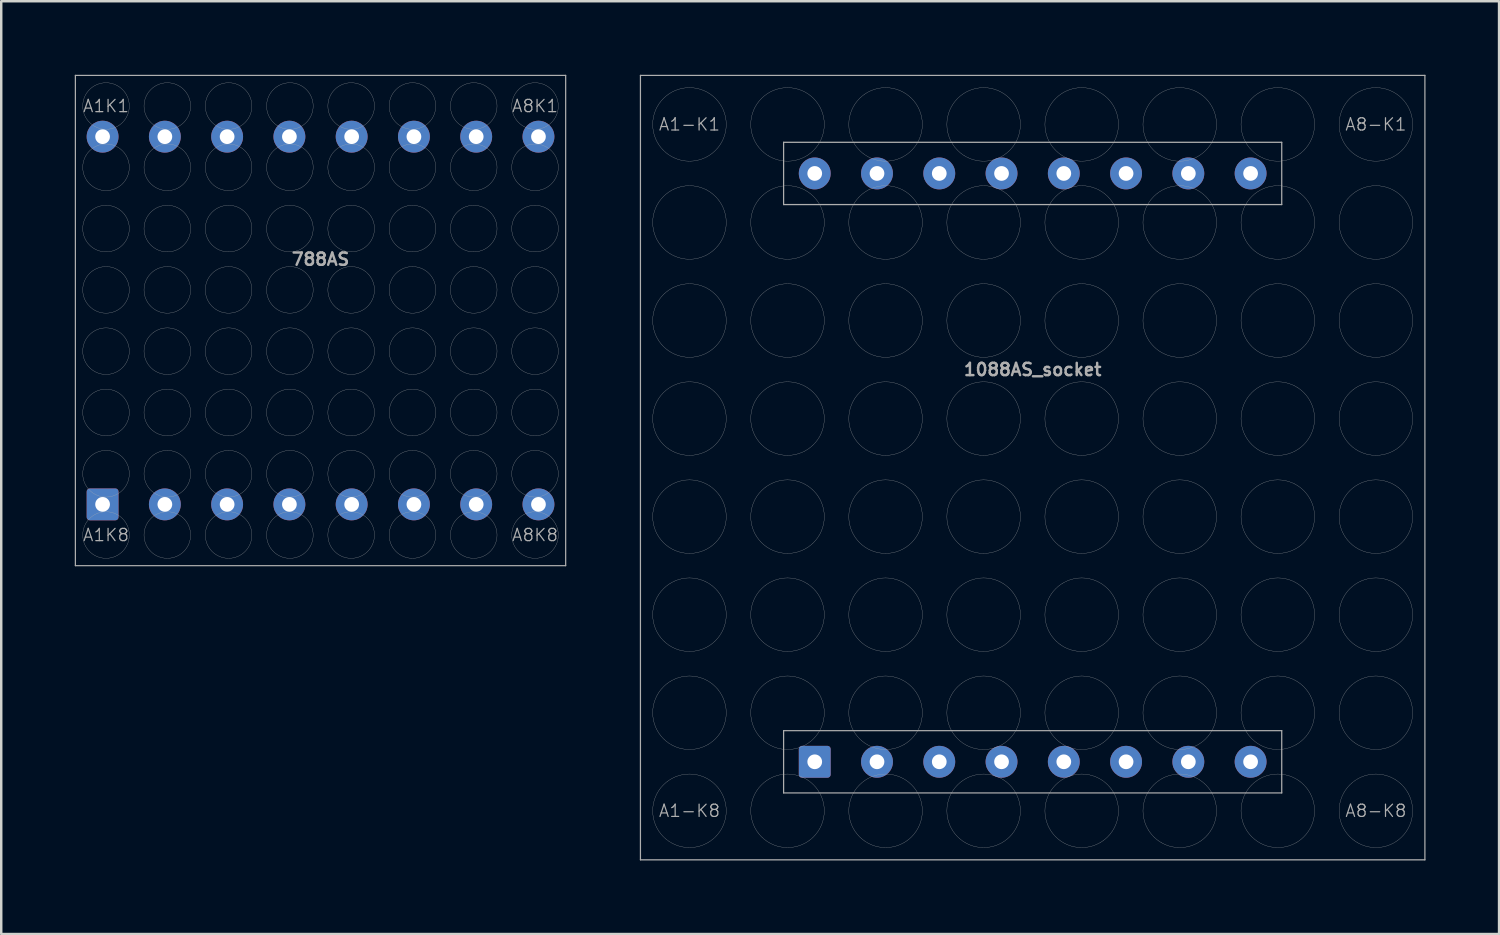
<source format=kicad_pcb>
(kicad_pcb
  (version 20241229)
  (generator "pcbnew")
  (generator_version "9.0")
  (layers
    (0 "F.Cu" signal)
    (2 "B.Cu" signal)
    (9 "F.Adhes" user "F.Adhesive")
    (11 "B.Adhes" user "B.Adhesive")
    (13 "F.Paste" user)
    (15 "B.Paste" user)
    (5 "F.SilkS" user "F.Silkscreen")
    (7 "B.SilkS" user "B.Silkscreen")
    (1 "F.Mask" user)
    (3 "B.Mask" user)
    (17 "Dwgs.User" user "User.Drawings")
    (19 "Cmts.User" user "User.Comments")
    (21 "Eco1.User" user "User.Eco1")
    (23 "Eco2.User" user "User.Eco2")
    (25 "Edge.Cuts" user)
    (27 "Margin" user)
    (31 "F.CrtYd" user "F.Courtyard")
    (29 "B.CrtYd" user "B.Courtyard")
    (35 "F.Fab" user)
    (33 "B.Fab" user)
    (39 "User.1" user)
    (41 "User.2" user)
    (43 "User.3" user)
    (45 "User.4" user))
  (footprint "1088AS_socket"
    (layer "F.Cu")
    (at 39.075 16.025)
    (property "Reference" "1088AS_socket" (at 0 -4 0) (layer "F.Fab") (effects (font (size 0.5 0.5) (thickness 0.1))))
    (attr through_hole)
    (fp_line (start -16 -16) (end -16 16) (stroke (width 0.05) (type solid)) (layer "F.Fab"))
    (fp_line (start -16 16) (end 16 16) (stroke (width 0.05) (type solid)) (layer "F.Fab"))
    (fp_line (start -10.16 -13.27) (end -10.16 -10.73) (stroke (width 0.05) (type solid)) (layer "F.Fab"))
    (fp_line (start -10.16 -10.73) (end 10.16 -10.73) (stroke (width 0.05) (type solid)) (layer "F.Fab"))
    (fp_line (start -10.16 10.73) (end -10.16 13.27) (stroke (width 0.05) (type solid)) (layer "F.Fab"))
    (fp_line (start -10.16 13.27) (end 10.16 13.27) (stroke (width 0.05) (type solid)) (layer "F.Fab"))
    (fp_line (start 10.16 -13.27) (end -10.16 -13.27) (stroke (width 0.05) (type solid)) (layer "F.Fab"))
    (fp_line (start 10.16 -10.73) (end 10.16 -13.27) (stroke (width 0.05) (type solid)) (layer "F.Fab"))
    (fp_line (start 10.16 10.73) (end -10.16 10.73) (stroke (width 0.05) (type solid)) (layer "F.Fab"))
    (fp_line (start 10.16 13.27) (end 10.16 10.73) (stroke (width 0.05) (type solid)) (layer "F.Fab"))
    (fp_line (start 16 -16) (end -16 -16) (stroke (width 0.05) (type solid)) (layer "F.Fab"))
    (fp_line (start 16 16) (end 16 -16) (stroke (width 0.05) (type solid)) (layer "F.Fab"))
    (fp_circle (center -14 -14) (end -12.5 -14) (stroke (width 0.01) (type solid)) (fill no) (layer "F.Fab"))
    (fp_circle (center -14 -10) (end -12.5 -10) (stroke (width 0.01) (type solid)) (fill no) (layer "F.Fab"))
    (fp_circle (center -14 -6) (end -12.5 -6) (stroke (width 0.01) (type solid)) (fill no) (layer "F.Fab"))
    (fp_circle (center -14 -2) (end -12.5 -2) (stroke (width 0.01) (type solid)) (fill no) (layer "F.Fab"))
    (fp_circle (center -14 2) (end -12.5 2) (stroke (width 0.01) (type solid)) (fill no) (layer "F.Fab"))
    (fp_circle (center -14 6) (end -12.5 6) (stroke (width 0.01) (type solid)) (fill no) (layer "F.Fab"))
    (fp_circle (center -14 10) (end -12.5 10) (stroke (width 0.01) (type solid)) (fill no) (layer "F.Fab"))
    (fp_circle (center -14 14) (end -12.5 14) (stroke (width 0.01) (type solid)) (fill no) (layer "F.Fab"))
    (fp_circle (center -10 -14) (end -8.5 -14) (stroke (width 0.01) (type solid)) (fill no) (layer "F.Fab"))
    (fp_circle (center -10 -10) (end -8.5 -10) (stroke (width 0.01) (type solid)) (fill no) (layer "F.Fab"))
    (fp_circle (center -10 -6) (end -8.5 -6) (stroke (width 0.01) (type solid)) (fill no) (layer "F.Fab"))
    (fp_circle (center -10 -2) (end -8.5 -2) (stroke (width 0.01) (type solid)) (fill no) (layer "F.Fab"))
    (fp_circle (center -10 2) (end -8.5 2) (stroke (width 0.01) (type solid)) (fill no) (layer "F.Fab"))
    (fp_circle (center -10 6) (end -8.5 6) (stroke (width 0.01) (type solid)) (fill no) (layer "F.Fab"))
    (fp_circle (center -10 10) (end -8.5 10) (stroke (width 0.01) (type solid)) (fill no) (layer "F.Fab"))
    (fp_circle (center -10 14) (end -8.5 14) (stroke (width 0.01) (type solid)) (fill no) (layer "F.Fab"))
    (fp_circle (center -6 -14) (end -4.5 -14) (stroke (width 0.01) (type solid)) (fill no) (layer "F.Fab"))
    (fp_circle (center -6 -10) (end -4.5 -10) (stroke (width 0.01) (type solid)) (fill no) (layer "F.Fab"))
    (fp_circle (center -6 -6) (end -4.5 -6) (stroke (width 0.01) (type solid)) (fill no) (layer "F.Fab"))
    (fp_circle (center -6 -2) (end -4.5 -2) (stroke (width 0.01) (type solid)) (fill no) (layer "F.Fab"))
    (fp_circle (center -6 2) (end -4.5 2) (stroke (width 0.01) (type solid)) (fill no) (layer "F.Fab"))
    (fp_circle (center -6 6) (end -4.5 6) (stroke (width 0.01) (type solid)) (fill no) (layer "F.Fab"))
    (fp_circle (center -6 10) (end -4.5 10) (stroke (width 0.01) (type solid)) (fill no) (layer "F.Fab"))
    (fp_circle (center -6 14) (end -4.5 14) (stroke (width 0.01) (type solid)) (fill no) (layer "F.Fab"))
    (fp_circle (center -2 -14) (end -0.5 -14) (stroke (width 0.01) (type solid)) (fill no) (layer "F.Fab"))
    (fp_circle (center -2 -10) (end -0.5 -10) (stroke (width 0.01) (type solid)) (fill no) (layer "F.Fab"))
    (fp_circle (center -2 -6) (end -0.5 -6) (stroke (width 0.01) (type solid)) (fill no) (layer "F.Fab"))
    (fp_circle (center -2 -2) (end -0.5 -2) (stroke (width 0.01) (type solid)) (fill no) (layer "F.Fab"))
    (fp_circle (center -2 2) (end -0.5 2) (stroke (width 0.01) (type solid)) (fill no) (layer "F.Fab"))
    (fp_circle (center -2 6) (end -0.5 6) (stroke (width 0.01) (type solid)) (fill no) (layer "F.Fab"))
    (fp_circle (center -2 10) (end -0.5 10) (stroke (width 0.01) (type solid)) (fill no) (layer "F.Fab"))
    (fp_circle (center -2 14) (end -0.5 14) (stroke (width 0.01) (type solid)) (fill no) (layer "F.Fab"))
    (fp_circle (center 2 -14) (end 3.5 -14) (stroke (width 0.01) (type solid)) (fill no) (layer "F.Fab"))
    (fp_circle (center 2 -10) (end 3.5 -10) (stroke (width 0.01) (type solid)) (fill no) (layer "F.Fab"))
    (fp_circle (center 2 -6) (end 3.5 -6) (stroke (width 0.01) (type solid)) (fill no) (layer "F.Fab"))
    (fp_circle (center 2 -2) (end 3.5 -2) (stroke (width 0.01) (type solid)) (fill no) (layer "F.Fab"))
    (fp_circle (center 2 2) (end 3.5 2) (stroke (width 0.01) (type solid)) (fill no) (layer "F.Fab"))
    (fp_circle (center 2 6) (end 3.5 6) (stroke (width 0.01) (type solid)) (fill no) (layer "F.Fab"))
    (fp_circle (center 2 10) (end 3.5 10) (stroke (width 0.01) (type solid)) (fill no) (layer "F.Fab"))
    (fp_circle (center 2 14) (end 3.5 14) (stroke (width 0.01) (type solid)) (fill no) (layer "F.Fab"))
    (fp_circle (center 6 -14) (end 7.5 -14) (stroke (width 0.01) (type solid)) (fill no) (layer "F.Fab"))
    (fp_circle (center 6 -10) (end 7.5 -10) (stroke (width 0.01) (type solid)) (fill no) (layer "F.Fab"))
    (fp_circle (center 6 -6) (end 7.5 -6) (stroke (width 0.01) (type solid)) (fill no) (layer "F.Fab"))
    (fp_circle (center 6 -2) (end 7.5 -2) (stroke (width 0.01) (type solid)) (fill no) (layer "F.Fab"))
    (fp_circle (center 6 2) (end 7.5 2) (stroke (width 0.01) (type solid)) (fill no) (layer "F.Fab"))
    (fp_circle (center 6 6) (end 7.5 6) (stroke (width 0.01) (type solid)) (fill no) (layer "F.Fab"))
    (fp_circle (center 6 10) (end 7.5 10) (stroke (width 0.01) (type solid)) (fill no) (layer "F.Fab"))
    (fp_circle (center 6 14) (end 7.5 14) (stroke (width 0.01) (type solid)) (fill no) (layer "F.Fab"))
    (fp_circle (center 10 -14) (end 11.5 -14) (stroke (width 0.01) (type solid)) (fill no) (layer "F.Fab"))
    (fp_circle (center 10 -10) (end 11.5 -10) (stroke (width 0.01) (type solid)) (fill no) (layer "F.Fab"))
    (fp_circle (center 10 -6) (end 11.5 -6) (stroke (width 0.01) (type solid)) (fill no) (layer "F.Fab"))
    (fp_circle (center 10 -2) (end 11.5 -2) (stroke (width 0.01) (type solid)) (fill no) (layer "F.Fab"))
    (fp_circle (center 10 2) (end 11.5 2) (stroke (width 0.01) (type solid)) (fill no) (layer "F.Fab"))
    (fp_circle (center 10 6) (end 11.5 6) (stroke (width 0.01) (type solid)) (fill no) (layer "F.Fab"))
    (fp_circle (center 10 10) (end 11.5 10) (stroke (width 0.01) (type solid)) (fill no) (layer "F.Fab"))
    (fp_circle (center 10 14) (end 11.5 14) (stroke (width 0.01) (type solid)) (fill no) (layer "F.Fab"))
    (fp_circle (center 14 -14) (end 15.5 -14) (stroke (width 0.01) (type solid)) (fill no) (layer "F.Fab"))
    (fp_circle (center 14 -10) (end 15.5 -10) (stroke (width 0.01) (type solid)) (fill no) (layer "F.Fab"))
    (fp_circle (center 14 -6) (end 15.5 -6) (stroke (width 0.01) (type solid)) (fill no) (layer "F.Fab"))
    (fp_circle (center 14 -2) (end 15.5 -2) (stroke (width 0.01) (type solid)) (fill no) (layer "F.Fab"))
    (fp_circle (center 14 2) (end 15.5 2) (stroke (width 0.01) (type solid)) (fill no) (layer "F.Fab"))
    (fp_circle (center 14 6) (end 15.5 6) (stroke (width 0.01) (type solid)) (fill no) (layer "F.Fab"))
    (fp_circle (center 14 10) (end 15.5 10) (stroke (width 0.01) (type solid)) (fill no) (layer "F.Fab"))
    (fp_circle (center 14 14) (end 15.5 14) (stroke (width 0.01) (type solid)) (fill no) (layer "F.Fab"))
    (fp_text user "A8-K1" (at 14 -14 0) (layer "F.Fab") (effects (font (size 0.5 0.5) (thickness 0.05))))
    (fp_text user "A1-K8" (at -14 14 0) (layer "F.Fab") (effects (font (size 0.5 0.5) (thickness 0.05))))
    (fp_text user "A8-K8" (at 14 14 0) (layer "F.Fab") (effects (font (size 0.5 0.5) (thickness 0.05))))
    (fp_text user "A1-K1" (at -14 -14 0) (layer "F.Fab") (effects (font (size 0.5 0.5) (thickness 0.05))))
    (pad "1" thru_hole roundrect (at -8.89 12) (size 1.3 1.3) (drill 0.6) (layers "*.Cu" "*.Mask") (roundrect_rratio 0.1))
    (pad "2" thru_hole circle (at -6.35 12) (size 1.3 1.3) (drill 0.6) (layers "*.Cu" "*.Mask"))
    (pad "3" thru_hole circle (at -3.81 12) (size 1.3 1.3) (drill 0.6) (layers "*.Cu" "*.Mask"))
    (pad "4" thru_hole circle (at -1.27 12) (size 1.3 1.3) (drill 0.6) (layers "*.Cu" "*.Mask"))
    (pad "5" thru_hole circle (at 1.27 12) (size 1.3 1.3) (drill 0.6) (layers "*.Cu" "*.Mask"))
    (pad "6" thru_hole circle (at 3.81 12) (size 1.3 1.3) (drill 0.6) (layers "*.Cu" "*.Mask"))
    (pad "7" thru_hole circle (at 6.35 12) (size 1.3 1.3) (drill 0.6) (layers "*.Cu" "*.Mask"))
    (pad "8" thru_hole circle (at 8.89 12) (size 1.3 1.3) (drill 0.6) (layers "*.Cu" "*.Mask"))
    (pad "9" thru_hole circle (at 8.89 -12) (size 1.3 1.3) (drill 0.6) (layers "*.Cu" "*.Mask"))
    (pad "10" thru_hole circle (at 6.35 -12) (size 1.3 1.3) (drill 0.6) (layers "*.Cu" "*.Mask"))
    (pad "11" thru_hole circle (at 3.81 -12) (size 1.3 1.3) (drill 0.6) (layers "*.Cu" "*.Mask"))
    (pad "12" thru_hole circle (at 1.27 -12) (size 1.3 1.3) (drill 0.6) (layers "*.Cu" "*.Mask"))
    (pad "13" thru_hole circle (at -1.27 -12) (size 1.3 1.3) (drill 0.6) (layers "*.Cu" "*.Mask"))
    (pad "14" thru_hole circle (at -3.81 -12) (size 1.3 1.3) (drill 0.6) (layers "*.Cu" "*.Mask"))
    (pad "15" thru_hole circle (at -6.35 -12) (size 1.3 1.3) (drill 0.6) (layers "*.Cu" "*.Mask"))
    (pad "16" thru_hole circle (at -8.89 -12) (size 1.3 1.3) (drill 0.6) (layers "*.Cu" "*.Mask")))
  (footprint "788AS"
    (layer "F.Cu")
    (at 10.025 10.025)
    (property "Reference" "788AS" (at 0 -2.5 0) (layer "F.Fab") (effects (font (size 0.5 0.5) (thickness 0.1))))
    (attr through_hole)
    (fp_line (start -10 -10) (end -10 10) (stroke (width 0.05) (type solid)) (layer "F.Fab"))
    (fp_line (start -10 10) (end 10 10) (stroke (width 0.05) (type solid)) (layer "F.Fab"))
    (fp_line (start 10 -10) (end -10 -10) (stroke (width 0.05) (type solid)) (layer "F.Fab"))
    (fp_line (start 10 10) (end 10 -10) (stroke (width 0.05) (type solid)) (layer "F.Fab"))
    (fp_circle (center -8.75 -8.75) (end -7.8 -8.75) (stroke (width 0.01) (type solid)) (fill no) (layer "F.Fab"))
    (fp_circle (center -8.75 -6.25) (end -7.8 -6.25) (stroke (width 0.01) (type solid)) (fill no) (layer "F.Fab"))
    (fp_circle (center -8.75 -3.75) (end -7.8 -3.75) (stroke (width 0.01) (type solid)) (fill no) (layer "F.Fab"))
    (fp_circle (center -8.75 -1.25) (end -7.8 -1.25) (stroke (width 0.01) (type solid)) (fill no) (layer "F.Fab"))
    (fp_circle (center -8.75 1.25) (end -7.8 1.25) (stroke (width 0.01) (type solid)) (fill no) (layer "F.Fab"))
    (fp_circle (center -8.75 3.75) (end -7.8 3.75) (stroke (width 0.01) (type solid)) (fill no) (layer "F.Fab"))
    (fp_circle (center -8.75 6.25) (end -7.8 6.25) (stroke (width 0.01) (type solid)) (fill no) (layer "F.Fab"))
    (fp_circle (center -8.75 8.75) (end -7.8 8.75) (stroke (width 0.01) (type solid)) (fill no) (layer "F.Fab"))
    (fp_circle (center -6.25 -8.75) (end -5.3 -8.75) (stroke (width 0.01) (type solid)) (fill no) (layer "F.Fab"))
    (fp_circle (center -6.25 -6.25) (end -5.3 -6.25) (stroke (width 0.01) (type solid)) (fill no) (layer "F.Fab"))
    (fp_circle (center -6.25 -3.75) (end -5.3 -3.75) (stroke (width 0.01) (type solid)) (fill no) (layer "F.Fab"))
    (fp_circle (center -6.25 -1.25) (end -5.3 -1.25) (stroke (width 0.01) (type solid)) (fill no) (layer "F.Fab"))
    (fp_circle (center -6.25 1.25) (end -5.3 1.25) (stroke (width 0.01) (type solid)) (fill no) (layer "F.Fab"))
    (fp_circle (center -6.25 3.75) (end -5.3 3.75) (stroke (width 0.01) (type solid)) (fill no) (layer "F.Fab"))
    (fp_circle (center -6.25 6.25) (end -5.3 6.25) (stroke (width 0.01) (type solid)) (fill no) (layer "F.Fab"))
    (fp_circle (center -6.25 8.75) (end -5.3 8.75) (stroke (width 0.01) (type solid)) (fill no) (layer "F.Fab"))
    (fp_circle (center -3.75 -8.75) (end -2.8 -8.75) (stroke (width 0.01) (type solid)) (fill no) (layer "F.Fab"))
    (fp_circle (center -3.75 -6.25) (end -2.8 -6.25) (stroke (width 0.01) (type solid)) (fill no) (layer "F.Fab"))
    (fp_circle (center -3.75 -3.75) (end -2.8 -3.75) (stroke (width 0.01) (type solid)) (fill no) (layer "F.Fab"))
    (fp_circle (center -3.75 -1.25) (end -2.8 -1.25) (stroke (width 0.01) (type solid)) (fill no) (layer "F.Fab"))
    (fp_circle (center -3.75 1.25) (end -2.8 1.25) (stroke (width 0.01) (type solid)) (fill no) (layer "F.Fab"))
    (fp_circle (center -3.75 3.75) (end -2.8 3.75) (stroke (width 0.01) (type solid)) (fill no) (layer "F.Fab"))
    (fp_circle (center -3.75 6.25) (end -2.8 6.25) (stroke (width 0.01) (type solid)) (fill no) (layer "F.Fab"))
    (fp_circle (center -3.75 8.75) (end -2.8 8.75) (stroke (width 0.01) (type solid)) (fill no) (layer "F.Fab"))
    (fp_circle (center -1.25 -8.75) (end -0.3 -8.75) (stroke (width 0.01) (type solid)) (fill no) (layer "F.Fab"))
    (fp_circle (center -1.25 -6.25) (end -0.3 -6.25) (stroke (width 0.01) (type solid)) (fill no) (layer "F.Fab"))
    (fp_circle (center -1.25 -3.75) (end -0.3 -3.75) (stroke (width 0.01) (type solid)) (fill no) (layer "F.Fab"))
    (fp_circle (center -1.25 -1.25) (end -0.3 -1.25) (stroke (width 0.01) (type solid)) (fill no) (layer "F.Fab"))
    (fp_circle (center -1.25 1.25) (end -0.3 1.25) (stroke (width 0.01) (type solid)) (fill no) (layer "F.Fab"))
    (fp_circle (center -1.25 3.75) (end -0.3 3.75) (stroke (width 0.01) (type solid)) (fill no) (layer "F.Fab"))
    (fp_circle (center -1.25 6.25) (end -0.3 6.25) (stroke (width 0.01) (type solid)) (fill no) (layer "F.Fab"))
    (fp_circle (center -1.25 8.75) (end -0.3 8.75) (stroke (width 0.01) (type solid)) (fill no) (layer "F.Fab"))
    (fp_circle (center 1.25 -8.75) (end 2.2 -8.75) (stroke (width 0.01) (type solid)) (fill no) (layer "F.Fab"))
    (fp_circle (center 1.25 -6.25) (end 2.2 -6.25) (stroke (width 0.01) (type solid)) (fill no) (layer "F.Fab"))
    (fp_circle (center 1.25 -3.75) (end 2.2 -3.75) (stroke (width 0.01) (type solid)) (fill no) (layer "F.Fab"))
    (fp_circle (center 1.25 -1.25) (end 2.2 -1.25) (stroke (width 0.01) (type solid)) (fill no) (layer "F.Fab"))
    (fp_circle (center 1.25 1.25) (end 2.2 1.25) (stroke (width 0.01) (type solid)) (fill no) (layer "F.Fab"))
    (fp_circle (center 1.25 3.75) (end 2.2 3.75) (stroke (width 0.01) (type solid)) (fill no) (layer "F.Fab"))
    (fp_circle (center 1.25 6.25) (end 2.2 6.25) (stroke (width 0.01) (type solid)) (fill no) (layer "F.Fab"))
    (fp_circle (center 1.25 8.75) (end 2.2 8.75) (stroke (width 0.01) (type solid)) (fill no) (layer "F.Fab"))
    (fp_circle (center 3.75 -8.75) (end 4.7 -8.75) (stroke (width 0.01) (type solid)) (fill no) (layer "F.Fab"))
    (fp_circle (center 3.75 -6.25) (end 4.7 -6.25) (stroke (width 0.01) (type solid)) (fill no) (layer "F.Fab"))
    (fp_circle (center 3.75 -3.75) (end 4.7 -3.75) (stroke (width 0.01) (type solid)) (fill no) (layer "F.Fab"))
    (fp_circle (center 3.75 -1.25) (end 4.7 -1.25) (stroke (width 0.01) (type solid)) (fill no) (layer "F.Fab"))
    (fp_circle (center 3.75 1.25) (end 4.7 1.25) (stroke (width 0.01) (type solid)) (fill no) (layer "F.Fab"))
    (fp_circle (center 3.75 3.75) (end 4.7 3.75) (stroke (width 0.01) (type solid)) (fill no) (layer "F.Fab"))
    (fp_circle (center 3.75 6.25) (end 4.7 6.25) (stroke (width 0.01) (type solid)) (fill no) (layer "F.Fab"))
    (fp_circle (center 3.75 8.75) (end 4.7 8.75) (stroke (width 0.01) (type solid)) (fill no) (layer "F.Fab"))
    (fp_circle (center 6.25 -8.75) (end 7.2 -8.75) (stroke (width 0.01) (type solid)) (fill no) (layer "F.Fab"))
    (fp_circle (center 6.25 -6.25) (end 7.2 -6.25) (stroke (width 0.01) (type solid)) (fill no) (layer "F.Fab"))
    (fp_circle (center 6.25 -3.75) (end 7.2 -3.75) (stroke (width 0.01) (type solid)) (fill no) (layer "F.Fab"))
    (fp_circle (center 6.25 -1.25) (end 7.2 -1.25) (stroke (width 0.01) (type solid)) (fill no) (layer "F.Fab"))
    (fp_circle (center 6.25 1.25) (end 7.2 1.25) (stroke (width 0.01) (type solid)) (fill no) (layer "F.Fab"))
    (fp_circle (center 6.25 3.75) (end 7.2 3.75) (stroke (width 0.01) (type solid)) (fill no) (layer "F.Fab"))
    (fp_circle (center 6.25 6.25) (end 7.2 6.25) (stroke (width 0.01) (type solid)) (fill no) (layer "F.Fab"))
    (fp_circle (center 6.25 8.75) (end 7.2 8.75) (stroke (width 0.01) (type solid)) (fill no) (layer "F.Fab"))
    (fp_circle (center 8.75 -8.75) (end 9.7 -8.75) (stroke (width 0.01) (type solid)) (fill no) (layer "F.Fab"))
    (fp_circle (center 8.75 -6.25) (end 9.7 -6.25) (stroke (width 0.01) (type solid)) (fill no) (layer "F.Fab"))
    (fp_circle (center 8.75 -3.75) (end 9.7 -3.75) (stroke (width 0.01) (type solid)) (fill no) (layer "F.Fab"))
    (fp_circle (center 8.75 -1.25) (end 9.7 -1.25) (stroke (width 0.01) (type solid)) (fill no) (layer "F.Fab"))
    (fp_circle (center 8.75 1.25) (end 9.7 1.25) (stroke (width 0.01) (type solid)) (fill no) (layer "F.Fab"))
    (fp_circle (center 8.75 3.75) (end 9.7 3.75) (stroke (width 0.01) (type solid)) (fill no) (layer "F.Fab"))
    (fp_circle (center 8.75 6.25) (end 9.7 6.25) (stroke (width 0.01) (type solid)) (fill no) (layer "F.Fab"))
    (fp_circle (center 8.75 8.75) (end 9.7 8.75) (stroke (width 0.01) (type solid)) (fill no) (layer "F.Fab"))
    (fp_text user "A8K8" (at 8.75 8.75 0) (layer "F.Fab") (effects (font (size 0.5 0.5) (thickness 0.05))))
    (fp_text user "A1K1" (at -8.75 -8.75 0) (layer "F.Fab") (effects (font (size 0.5 0.5) (thickness 0.05))))
    (fp_text user "A8K1" (at 8.75 -8.75 0) (layer "F.Fab") (effects (font (size 0.5 0.5) (thickness 0.05))))
    (fp_text user "A1K8" (at -8.75 8.75 0) (layer "F.Fab") (effects (font (size 0.5 0.5) (thickness 0.05))))
    (pad "1" thru_hole roundrect (at -8.89 7.5) (size 1.3 1.3) (drill 0.6) (layers "*.Cu" "*.Mask") (roundrect_rratio 0.1))
    (pad "2" thru_hole circle (at -6.35 7.5) (size 1.3 1.3) (drill 0.6) (layers "*.Cu" "*.Mask"))
    (pad "3" thru_hole circle (at -3.81 7.5) (size 1.3 1.3) (drill 0.6) (layers "*.Cu" "*.Mask"))
    (pad "4" thru_hole circle (at -1.27 7.5) (size 1.3 1.3) (drill 0.6) (layers "*.Cu" "*.Mask"))
    (pad "5" thru_hole circle (at 1.27 7.5) (size 1.3 1.3) (drill 0.6) (layers "*.Cu" "*.Mask"))
    (pad "6" thru_hole circle (at 3.81 7.5) (size 1.3 1.3) (drill 0.6) (layers "*.Cu" "*.Mask"))
    (pad "7" thru_hole circle (at 6.35 7.5) (size 1.3 1.3) (drill 0.6) (layers "*.Cu" "*.Mask"))
    (pad "8" thru_hole circle (at 8.89 7.5) (size 1.3 1.3) (drill 0.6) (layers "*.Cu" "*.Mask"))
    (pad "9" thru_hole circle (at 8.89 -7.5) (size 1.3 1.3) (drill 0.6) (layers "*.Cu" "*.Mask"))
    (pad "10" thru_hole circle (at 6.35 -7.5) (size 1.3 1.3) (drill 0.6) (layers "*.Cu" "*.Mask"))
    (pad "11" thru_hole circle (at 3.81 -7.5) (size 1.3 1.3) (drill 0.6) (layers "*.Cu" "*.Mask"))
    (pad "12" thru_hole circle (at 1.27 -7.5) (size 1.3 1.3) (drill 0.6) (layers "*.Cu" "*.Mask"))
    (pad "13" thru_hole circle (at -1.27 -7.5) (size 1.3 1.3) (drill 0.6) (layers "*.Cu" "*.Mask"))
    (pad "14" thru_hole circle (at -3.81 -7.5) (size 1.3 1.3) (drill 0.6) (layers "*.Cu" "*.Mask"))
    (pad "15" thru_hole circle (at -6.35 -7.5) (size 1.3 1.3) (drill 0.6) (layers "*.Cu" "*.Mask"))
    (pad "16" thru_hole circle (at -8.89 -7.5) (size 1.3 1.3) (drill 0.6) (layers "*.Cu" "*.Mask")))
  (gr_rect
    (start -3 -3)
    (end 58.1 35.05)
    (stroke (width 0.1) (type default))
    (fill no)
    (layer "Edge.Cuts")))
</source>
